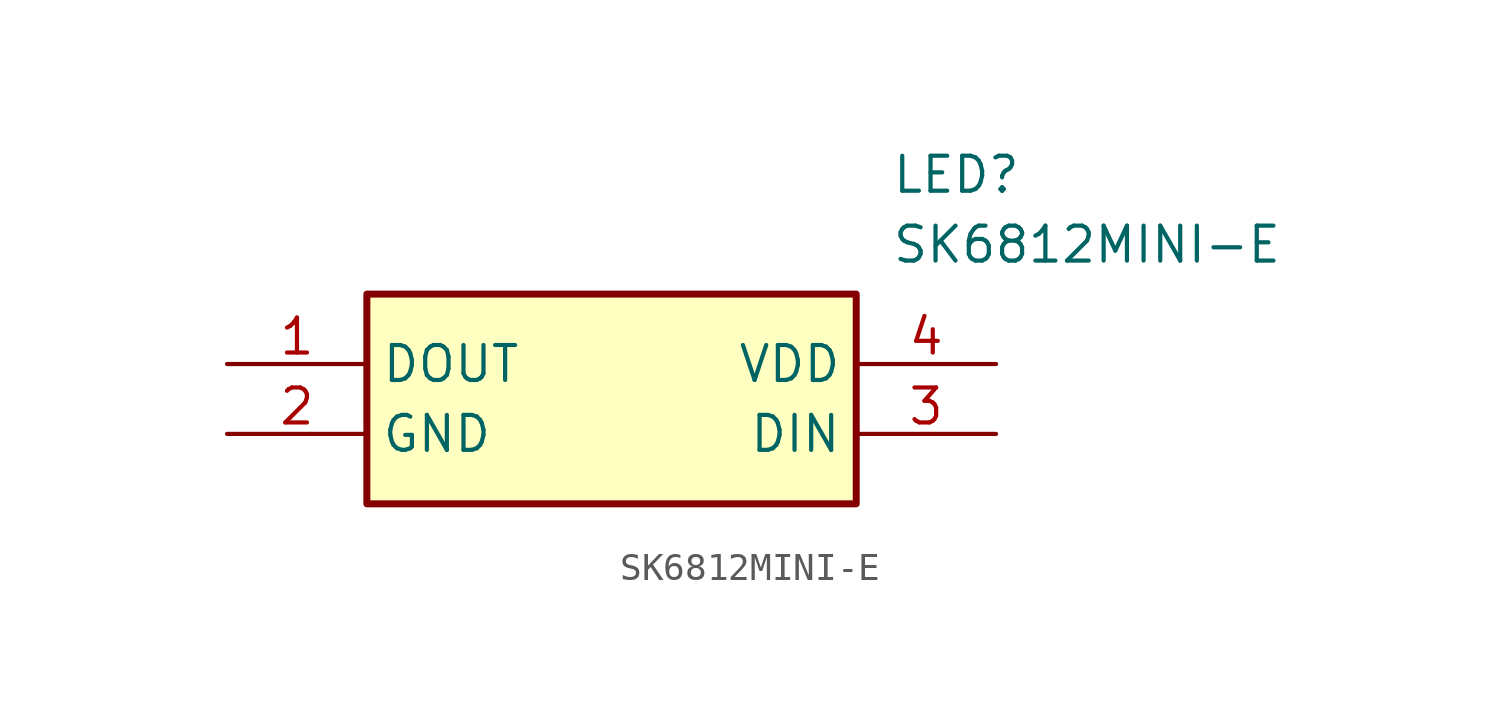
<source format=kicad_sym>
(kicad_symbol_lib
  (version 20220914)
  (generator kicad_symbol_editor)
  (symbol "SK6812MINI-E"
    (property "Reference" "LED"
      (at 24.13 7.62 0)
      (effects (font (size 1.27 1.27)) (justify left top)))
    (property "Value" "SK6812MINI-E"
      (at 24.13 5.08 0)
      (effects (font (size 1.27 1.27)) (justify left top)))
    (symbol "SK6812MINI-E_1_1"
      (rectangle (start 5.08 2.54) (end 22.86 -5.08) (stroke (width 0.254) (type default)) (fill (type background)))
      (pin passive line (at 0 0 0) (length 5.08) (name "DOUT" (effects (font (size 1.27 1.27)))) (number "1" (effects (font (size 1.27 1.27)))))
      (pin passive line (at 0 -2.54 0) (length 5.08) (name "GND" (effects (font (size 1.27 1.27)))) (number "2" (effects (font (size 1.27 1.27)))))
      (pin passive line (at 27.94 -2.54 180) (length 5.08) (name "DIN" (effects (font (size 1.27 1.27)))) (number "3" (effects (font (size 1.27 1.27)))))
      (pin passive line (at 27.94 0 180) (length 5.08) (name "VDD" (effects (font (size 1.27 1.27)))) (number "4" (effects (font (size 1.27 1.27))))))))
</source>
